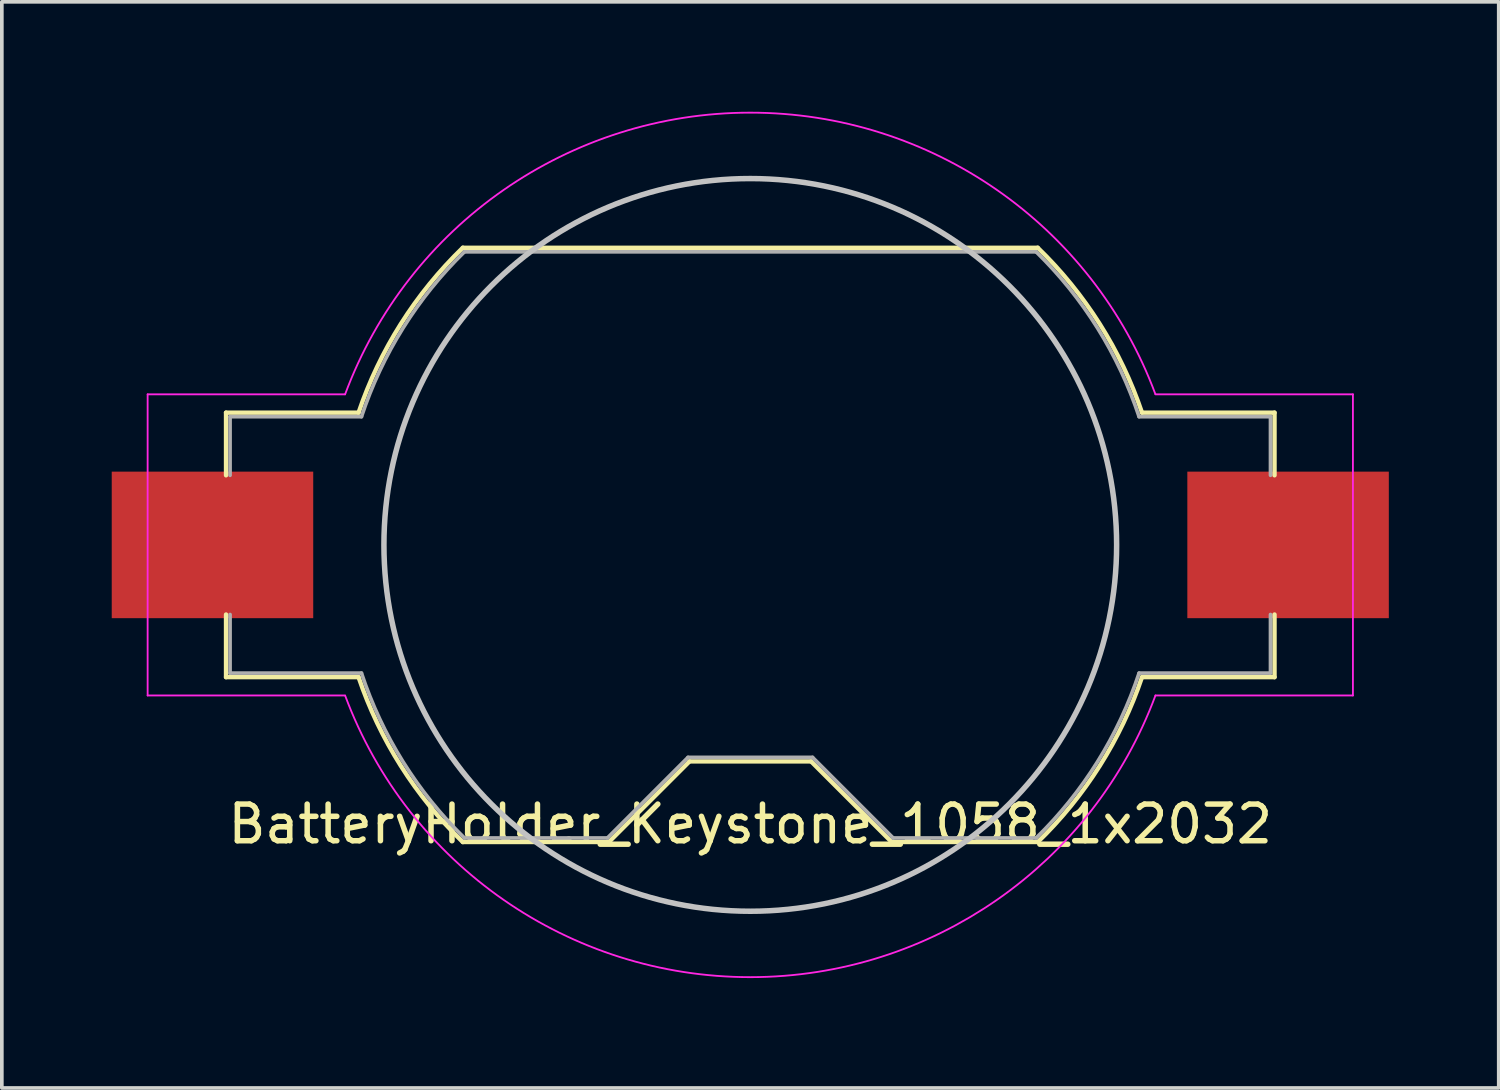
<source format=kicad_pcb>
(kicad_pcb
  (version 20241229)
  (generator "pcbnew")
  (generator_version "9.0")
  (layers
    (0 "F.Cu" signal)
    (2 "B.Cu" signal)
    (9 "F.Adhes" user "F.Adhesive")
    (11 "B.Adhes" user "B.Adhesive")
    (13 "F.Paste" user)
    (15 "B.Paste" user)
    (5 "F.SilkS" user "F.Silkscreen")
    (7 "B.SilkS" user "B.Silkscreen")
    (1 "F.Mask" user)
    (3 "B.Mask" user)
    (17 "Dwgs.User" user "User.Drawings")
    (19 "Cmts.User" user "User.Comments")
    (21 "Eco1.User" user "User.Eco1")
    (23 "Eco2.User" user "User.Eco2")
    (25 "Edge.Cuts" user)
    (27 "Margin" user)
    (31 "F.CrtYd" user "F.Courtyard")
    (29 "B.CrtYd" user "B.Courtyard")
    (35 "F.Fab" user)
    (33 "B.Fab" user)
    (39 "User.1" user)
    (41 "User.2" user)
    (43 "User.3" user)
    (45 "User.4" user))
  (footprint "BatteryHolder_Keystone_1058_1x2032"
    (layer "F.Cu")
    (at 17.43 11.824)
    (property "Reference" "BatteryHolder_Keystone_1058_1x2032" (at 0 7.62 0) (layer "F.SilkS") (effects (font (size 1 1) (thickness 0.15))))
    (attr smd)
    (fp_line (start -14.31 -3.61) (end -10.692 -3.61) (stroke (width 0.12) (type solid)) (layer "F.SilkS"))
    (fp_line (start -14.31 -1.9) (end -14.31 -3.61) (stroke (width 0.12) (type solid)) (layer "F.SilkS"))
    (fp_line (start -14.31 1.9) (end -14.31 3.61) (stroke (width 0.12) (type solid)) (layer "F.SilkS"))
    (fp_line (start -10.692 3.61) (end -14.31 3.61) (stroke (width 0.12) (type solid)) (layer "F.SilkS"))
    (fp_line (start -7.847 -8.11) (end 7.847 -8.11) (stroke (width 0.12) (type solid)) (layer "F.SilkS"))
    (fp_line (start -3.86 8.11) (end -7.847 8.11) (stroke (width 0.12) (type solid)) (layer "F.SilkS"))
    (fp_line (start -1.66 5.91) (end -3.86 8.11) (stroke (width 0.12) (type solid)) (layer "F.SilkS"))
    (fp_line (start 1.66 5.91) (end -1.66 5.91) (stroke (width 0.12) (type solid)) (layer "F.SilkS"))
    (fp_line (start 1.66 5.91) (end 3.86 8.11) (stroke (width 0.12) (type solid)) (layer "F.SilkS"))
    (fp_line (start 7.847 8.11) (end 3.86 8.11) (stroke (width 0.12) (type solid)) (layer "F.SilkS"))
    (fp_line (start 10.692 -3.61) (end 14.31 -3.61) (stroke (width 0.12) (type solid)) (layer "F.SilkS"))
    (fp_line (start 14.31 -1.9) (end 14.31 -3.61) (stroke (width 0.12) (type solid)) (layer "F.SilkS"))
    (fp_line (start 14.31 1.9) (end 14.31 3.61) (stroke (width 0.12) (type solid)) (layer "F.SilkS"))
    (fp_line (start 14.31 3.61) (end 10.692 3.61) (stroke (width 0.12) (type solid)) (layer "F.SilkS"))
    (fp_arc (start -10.692 -3.61) (mid -9.538084 -6.031244) (end -7.845371 -8.111789) (stroke (width 0.12) (type solid)) (layer "F.SilkS"))
    (fp_arc (start -7.845371 8.111789) (mid -9.538085 6.031244) (end -10.692 3.61) (stroke (width 0.12) (type solid)) (layer "F.SilkS"))
    (fp_arc (start 7.845371 -8.111789) (mid 9.538085 -6.031244) (end 10.692 -3.61) (stroke (width 0.12) (type solid)) (layer "F.SilkS"))
    (fp_arc (start 10.692 3.61) (mid 9.538084 6.031244) (end 7.845371 8.111789) (stroke (width 0.12) (type solid)) (layer "F.SilkS"))
    (fp_circle (center 0 0) (end 10 0) (stroke (width 0.15) (type solid)) (fill no) (layer "Dwgs.User"))
    (fp_line (start -16.45 -4.11) (end -16.45 4.11) (stroke (width 0.05) (type solid)) (layer "F.CrtYd"))
    (fp_line (start -16.45 -4.11) (end -11.06 -4.11) (stroke (width 0.05) (type solid)) (layer "F.CrtYd"))
    (fp_line (start -16.45 4.11) (end -11.06 4.11) (stroke (width 0.05) (type solid)) (layer "F.CrtYd"))
    (fp_line (start 11.06 4.11) (end 16.45 4.11) (stroke (width 0.05) (type solid)) (layer "F.CrtYd"))
    (fp_line (start 16.45 -4.11) (end 11.06 -4.11) (stroke (width 0.05) (type solid)) (layer "F.CrtYd"))
    (fp_line (start 16.45 4.11) (end 16.45 -4.11) (stroke (width 0.05) (type solid)) (layer "F.CrtYd"))
    (fp_arc (start -11.06 -4.11) (mid -0.002978 -11.79897) (end 11.057924 -4.115582) (stroke (width 0.05) (type solid)) (layer "F.CrtYd"))
    (fp_arc (start 11.06 4.11) (mid 0.002978 11.79897) (end -11.057924 4.115582) (stroke (width 0.05) (type solid)) (layer "F.CrtYd"))
    (fp_line (start -14.2 -3.5) (end -14.2 -1.9) (stroke (width 0.1) (type solid)) (layer "F.Fab"))
    (fp_line (start -14.2 -3.5) (end -10.613 -3.5) (stroke (width 0.1) (type solid)) (layer "F.Fab"))
    (fp_line (start -14.2 1.9) (end -14.2 3.5) (stroke (width 0.1) (type solid)) (layer "F.Fab"))
    (fp_line (start -14.2 3.5) (end -10.613 3.5) (stroke (width 0.1) (type solid)) (layer "F.Fab"))
    (fp_line (start -7.803 -8) (end 7.803 -8) (stroke (width 0.1) (type solid)) (layer "F.Fab"))
    (fp_line (start -3.9 8) (end -7.803 8) (stroke (width 0.1) (type solid)) (layer "F.Fab"))
    (fp_line (start -1.7 5.8) (end -3.9 8) (stroke (width 0.1) (type solid)) (layer "F.Fab"))
    (fp_line (start -1.7 5.8) (end 1.7 5.8) (stroke (width 0.1) (type solid)) (layer "F.Fab"))
    (fp_line (start 1.7 5.8) (end 3.9 8) (stroke (width 0.1) (type solid)) (layer "F.Fab"))
    (fp_line (start 3.9 8) (end 7.803 8) (stroke (width 0.1) (type solid)) (layer "F.Fab"))
    (fp_line (start 10.613 -3.5) (end 14.2 -3.5) (stroke (width 0.1) (type solid)) (layer "F.Fab"))
    (fp_line (start 14.2 -3.5) (end 14.2 -1.9) (stroke (width 0.1) (type solid)) (layer "F.Fab"))
    (fp_line (start 14.2 1.9) (end 14.2 3.5) (stroke (width 0.1) (type solid)) (layer "F.Fab"))
    (fp_line (start 14.2 3.5) (end 10.613 3.5) (stroke (width 0.1) (type solid)) (layer "F.Fab"))
    (fp_arc (start -10.61275 -3.5) (mid -9.478596 -5.919179) (end -7.802602 -7.999992) (stroke (width 0.1) (type solid)) (layer "F.Fab"))
    (fp_arc (start -7.802602 7.999992) (mid -9.478596 5.91918) (end -10.61275 3.5) (stroke (width 0.1) (type solid)) (layer "F.Fab"))
    (fp_arc (start 7.802602 -7.999992) (mid 9.478596 -5.91918) (end 10.61275 -3.5) (stroke (width 0.1) (type solid)) (layer "F.Fab"))
    (fp_arc (start 10.61275 3.5) (mid 9.478596 5.919179) (end 7.802602 7.999992) (stroke (width 0.1) (type solid)) (layer "F.Fab"))
    (pad "1" smd rect (at -14.68 0) (size 5.5 4) (layers "F.Cu" "F.Mask" "F.Paste"))
    (pad "2" smd rect (at 14.68 0) (size 5.5 4) (layers "F.Cu" "F.Mask" "F.Paste")))
  (gr_rect
    (start -3 -3)
    (end 37.86 26.648)
    (stroke (width 0.1) (type default))
    (fill no)
    (layer "Edge.Cuts")))
</source>
